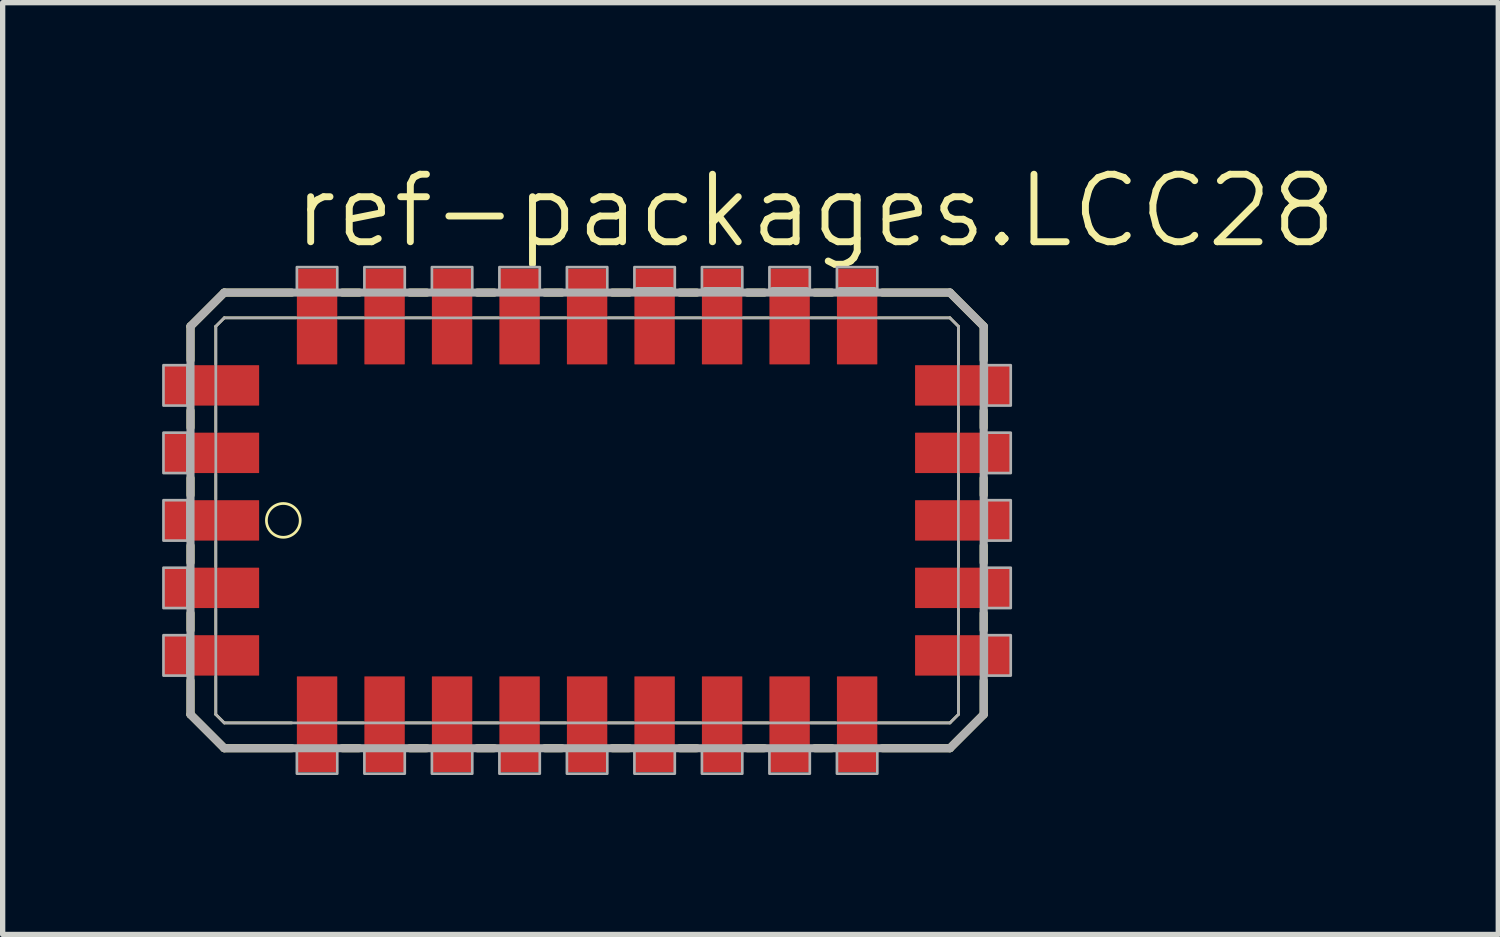
<source format=kicad_pcb>
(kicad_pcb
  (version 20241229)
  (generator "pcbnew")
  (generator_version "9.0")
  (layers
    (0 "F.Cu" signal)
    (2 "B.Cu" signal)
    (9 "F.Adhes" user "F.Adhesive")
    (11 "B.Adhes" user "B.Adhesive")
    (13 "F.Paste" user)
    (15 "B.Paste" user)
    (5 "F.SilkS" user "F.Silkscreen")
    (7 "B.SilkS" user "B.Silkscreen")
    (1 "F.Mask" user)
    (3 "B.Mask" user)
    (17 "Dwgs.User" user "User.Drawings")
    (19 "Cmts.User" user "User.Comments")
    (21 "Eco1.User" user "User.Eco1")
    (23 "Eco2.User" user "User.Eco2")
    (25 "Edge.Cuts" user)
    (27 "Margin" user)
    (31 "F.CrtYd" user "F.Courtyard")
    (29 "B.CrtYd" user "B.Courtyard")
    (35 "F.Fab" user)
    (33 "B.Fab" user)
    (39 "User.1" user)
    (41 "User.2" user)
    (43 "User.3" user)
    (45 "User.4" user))
  (footprint "ref-packages.LCC28"
    (layer "F.Cu")
    (at 7.995 7.375)
    (property "Reference" "ref-packages.LCC28" (at -5.588 -5.715 0) (layer "F.SilkS") (effects (font (size 1.27 1.27) (thickness 0.13)) (justify left bottom)))
    (attr smd)
    (fp_line (start -7.461 -4.286) (end -7.461 -3.651) (stroke (width 0.152) (type default)) (layer "F.SilkS"))
    (fp_line (start -7.461 -2.699) (end -7.461 -2.381) (stroke (width 0.152) (type default)) (layer "F.SilkS"))
    (fp_line (start -7.461 -1.429) (end -7.461 -1.111) (stroke (width 0.152) (type default)) (layer "F.SilkS"))
    (fp_line (start -7.461 -0.159) (end -7.461 0.159) (stroke (width 0.152) (type default)) (layer "F.SilkS"))
    (fp_line (start -7.461 1.111) (end -7.461 1.429) (stroke (width 0.152) (type default)) (layer "F.SilkS"))
    (fp_line (start -7.461 2.381) (end -7.461 3.016) (stroke (width 0.152) (type default)) (layer "F.SilkS"))
    (fp_line (start -7.461 3.016) (end -6.826 3.651) (stroke (width 0.152) (type default)) (layer "F.SilkS"))
    (fp_line (start -6.985 -4.286) (end -6.826 -4.445) (stroke (width 0.051) (type default)) (layer "F.SilkS"))
    (fp_line (start -6.985 -3.572) (end -6.985 -4.286) (stroke (width 0.051) (type default)) (layer "F.SilkS"))
    (fp_line (start -6.985 -2.302) (end -6.985 -2.778) (stroke (width 0.051) (type default)) (layer "F.SilkS"))
    (fp_line (start -6.985 -1.032) (end -6.985 -1.508) (stroke (width 0.051) (type default)) (layer "F.SilkS"))
    (fp_line (start -6.985 0.238) (end -6.985 -0.238) (stroke (width 0.051) (type default)) (layer "F.SilkS"))
    (fp_line (start -6.985 1.508) (end -6.985 1.032) (stroke (width 0.051) (type default)) (layer "F.SilkS"))
    (fp_line (start -6.985 3.016) (end -6.985 2.302) (stroke (width 0.051) (type default)) (layer "F.SilkS"))
    (fp_line (start -6.826 -4.921) (end -7.461 -4.286) (stroke (width 0.152) (type default)) (layer "F.SilkS"))
    (fp_line (start -6.826 -4.445) (end -5.477 -4.445) (stroke (width 0.051) (type default)) (layer "F.SilkS"))
    (fp_line (start -6.826 3.175) (end -6.985 3.016) (stroke (width 0.051) (type default)) (layer "F.SilkS"))
    (fp_line (start -6.826 3.651) (end -5.556 3.651) (stroke (width 0.152) (type default)) (layer "F.SilkS"))
    (fp_line (start -5.556 -4.921) (end -6.826 -4.921) (stroke (width 0.152) (type default)) (layer "F.SilkS"))
    (fp_line (start -5.556 3.175) (end -6.826 3.175) (stroke (width 0.051) (type default)) (layer "F.SilkS"))
    (fp_line (start -4.683 -4.445) (end -4.207 -4.445) (stroke (width 0.051) (type default)) (layer "F.SilkS"))
    (fp_line (start -4.604 3.651) (end -4.286 3.651) (stroke (width 0.152) (type default)) (layer "F.SilkS"))
    (fp_line (start -4.286 -4.921) (end -4.604 -4.921) (stroke (width 0.152) (type default)) (layer "F.SilkS"))
    (fp_line (start -4.207 3.175) (end -4.683 3.175) (stroke (width 0.051) (type default)) (layer "F.SilkS"))
    (fp_line (start -3.413 -4.445) (end -2.937 -4.445) (stroke (width 0.051) (type default)) (layer "F.SilkS"))
    (fp_line (start -3.334 3.651) (end -3.016 3.651) (stroke (width 0.152) (type default)) (layer "F.SilkS"))
    (fp_line (start -3.016 -4.921) (end -3.334 -4.921) (stroke (width 0.152) (type default)) (layer "F.SilkS"))
    (fp_line (start -2.937 3.175) (end -3.413 3.175) (stroke (width 0.051) (type default)) (layer "F.SilkS"))
    (fp_line (start -2.143 -4.445) (end -1.667 -4.445) (stroke (width 0.051) (type default)) (layer "F.SilkS"))
    (fp_line (start -2.064 3.651) (end -1.746 3.651) (stroke (width 0.152) (type default)) (layer "F.SilkS"))
    (fp_line (start -1.746 -4.921) (end -2.064 -4.921) (stroke (width 0.152) (type default)) (layer "F.SilkS"))
    (fp_line (start -1.667 3.175) (end -2.143 3.175) (stroke (width 0.051) (type default)) (layer "F.SilkS"))
    (fp_line (start -0.873 -4.445) (end -0.397 -4.445) (stroke (width 0.051) (type default)) (layer "F.SilkS"))
    (fp_line (start -0.794 3.651) (end -0.476 3.651) (stroke (width 0.152) (type default)) (layer "F.SilkS"))
    (fp_line (start -0.476 -4.921) (end -0.794 -4.921) (stroke (width 0.152) (type default)) (layer "F.SilkS"))
    (fp_line (start -0.397 3.175) (end -0.873 3.175) (stroke (width 0.051) (type default)) (layer "F.SilkS"))
    (fp_line (start 0.397 -4.445) (end 0.873 -4.445) (stroke (width 0.051) (type default)) (layer "F.SilkS"))
    (fp_line (start 0.476 3.651) (end 0.794 3.651) (stroke (width 0.152) (type default)) (layer "F.SilkS"))
    (fp_line (start 0.794 -4.921) (end 0.476 -4.921) (stroke (width 0.152) (type default)) (layer "F.SilkS"))
    (fp_line (start 0.873 3.175) (end 0.397 3.175) (stroke (width 0.051) (type default)) (layer "F.SilkS"))
    (fp_line (start 1.667 -4.445) (end 2.143 -4.445) (stroke (width 0.051) (type default)) (layer "F.SilkS"))
    (fp_line (start 1.746 3.651) (end 2.064 3.651) (stroke (width 0.152) (type default)) (layer "F.SilkS"))
    (fp_line (start 2.064 -4.921) (end 1.746 -4.921) (stroke (width 0.152) (type default)) (layer "F.SilkS"))
    (fp_line (start 2.143 3.175) (end 1.667 3.175) (stroke (width 0.051) (type default)) (layer "F.SilkS"))
    (fp_line (start 2.937 -4.445) (end 3.413 -4.445) (stroke (width 0.051) (type default)) (layer "F.SilkS"))
    (fp_line (start 3.016 3.651) (end 3.334 3.651) (stroke (width 0.152) (type default)) (layer "F.SilkS"))
    (fp_line (start 3.334 -4.921) (end 3.016 -4.921) (stroke (width 0.152) (type default)) (layer "F.SilkS"))
    (fp_line (start 3.413 3.175) (end 2.937 3.175) (stroke (width 0.051) (type default)) (layer "F.SilkS"))
    (fp_line (start 4.207 -4.445) (end 4.683 -4.445) (stroke (width 0.051) (type default)) (layer "F.SilkS"))
    (fp_line (start 4.286 3.651) (end 4.604 3.651) (stroke (width 0.152) (type default)) (layer "F.SilkS"))
    (fp_line (start 4.604 -4.921) (end 4.286 -4.921) (stroke (width 0.152) (type default)) (layer "F.SilkS"))
    (fp_line (start 4.683 3.175) (end 4.207 3.175) (stroke (width 0.051) (type default)) (layer "F.SilkS"))
    (fp_line (start 5.477 -4.445) (end 6.826 -4.445) (stroke (width 0.051) (type default)) (layer "F.SilkS"))
    (fp_line (start 5.556 3.651) (end 6.826 3.651) (stroke (width 0.152) (type default)) (layer "F.SilkS"))
    (fp_line (start 6.826 -4.921) (end 5.556 -4.921) (stroke (width 0.152) (type default)) (layer "F.SilkS"))
    (fp_line (start 6.826 -4.445) (end 6.985 -4.286) (stroke (width 0.051) (type default)) (layer "F.SilkS"))
    (fp_line (start 6.826 3.175) (end 5.477 3.175) (stroke (width 0.051) (type default)) (layer "F.SilkS"))
    (fp_line (start 6.826 3.651) (end 7.461 3.016) (stroke (width 0.152) (type default)) (layer "F.SilkS"))
    (fp_line (start 6.985 -4.286) (end 6.985 -3.572) (stroke (width 0.051) (type default)) (layer "F.SilkS"))
    (fp_line (start 6.985 -2.778) (end 6.985 -2.302) (stroke (width 0.051) (type default)) (layer "F.SilkS"))
    (fp_line (start 6.985 -1.508) (end 6.985 -1.032) (stroke (width 0.051) (type default)) (layer "F.SilkS"))
    (fp_line (start 6.985 -0.238) (end 6.985 0.238) (stroke (width 0.051) (type default)) (layer "F.SilkS"))
    (fp_line (start 6.985 1.032) (end 6.985 1.508) (stroke (width 0.051) (type default)) (layer "F.SilkS"))
    (fp_line (start 6.985 2.302) (end 6.985 3.016) (stroke (width 0.051) (type default)) (layer "F.SilkS"))
    (fp_line (start 6.985 3.016) (end 6.826 3.175) (stroke (width 0.051) (type default)) (layer "F.SilkS"))
    (fp_line (start 7.461 -4.286) (end 6.826 -4.921) (stroke (width 0.152) (type default)) (layer "F.SilkS"))
    (fp_line (start 7.461 -3.651) (end 7.461 -4.286) (stroke (width 0.152) (type default)) (layer "F.SilkS"))
    (fp_line (start 7.461 -2.381) (end 7.461 -2.699) (stroke (width 0.152) (type default)) (layer "F.SilkS"))
    (fp_line (start 7.461 -1.111) (end 7.461 -1.429) (stroke (width 0.152) (type default)) (layer "F.SilkS"))
    (fp_line (start 7.461 0.159) (end 7.461 -0.159) (stroke (width 0.152) (type default)) (layer "F.SilkS"))
    (fp_line (start 7.461 1.429) (end 7.461 1.111) (stroke (width 0.152) (type default)) (layer "F.SilkS"))
    (fp_line (start 7.461 3.016) (end 7.461 2.381) (stroke (width 0.152) (type default)) (layer "F.SilkS"))
    (fp_circle (center -5.715 -0.635) (end -5.397 -0.635) (stroke (width 0.051) (type default)) (fill no) (layer "F.SilkS"))
    (fp_line (start -7.461 -4.286) (end -7.461 3.016) (stroke (width 0.152) (type default)) (layer "F.Fab"))
    (fp_line (start -7.461 3.016) (end -6.826 3.651) (stroke (width 0.152) (type default)) (layer "F.Fab"))
    (fp_line (start -6.985 -4.286) (end -6.826 -4.445) (stroke (width 0.051) (type default)) (layer "F.Fab"))
    (fp_line (start -6.985 3.016) (end -6.985 -4.286) (stroke (width 0.051) (type default)) (layer "F.Fab"))
    (fp_line (start -6.826 -4.921) (end -7.461 -4.286) (stroke (width 0.152) (type default)) (layer "F.Fab"))
    (fp_line (start -6.826 -4.445) (end 6.826 -4.445) (stroke (width 0.051) (type default)) (layer "F.Fab"))
    (fp_line (start -6.826 3.175) (end -6.985 3.016) (stroke (width 0.051) (type default)) (layer "F.Fab"))
    (fp_line (start -6.826 3.651) (end 6.826 3.651) (stroke (width 0.152) (type default)) (layer "F.Fab"))
    (fp_line (start 0.95 -4.95) (end 1.59 -4.95) (stroke (width 0.152) (type default)) (layer "F.Fab"))
    (fp_line (start 2.22 -4.95) (end 2.86 -4.95) (stroke (width 0.152) (type default)) (layer "F.Fab"))
    (fp_line (start 3.49 -4.95) (end 4.13 -4.95) (stroke (width 0.152) (type default)) (layer "F.Fab"))
    (fp_line (start 4.76 -4.95) (end 5.4 -4.95) (stroke (width 0.152) (type default)) (layer "F.Fab"))
    (fp_line (start 6.826 -4.921) (end -6.826 -4.921) (stroke (width 0.152) (type default)) (layer "F.Fab"))
    (fp_line (start 6.826 -4.445) (end 6.985 -4.286) (stroke (width 0.051) (type default)) (layer "F.Fab"))
    (fp_line (start 6.826 3.175) (end -6.826 3.175) (stroke (width 0.051) (type default)) (layer "F.Fab"))
    (fp_line (start 6.826 3.651) (end 7.461 3.016) (stroke (width 0.152) (type default)) (layer "F.Fab"))
    (fp_line (start 6.985 -4.286) (end 6.985 3.016) (stroke (width 0.051) (type default)) (layer "F.Fab"))
    (fp_line (start 6.985 3.016) (end 6.826 3.175) (stroke (width 0.051) (type default)) (layer "F.Fab"))
    (fp_line (start 7.461 -4.286) (end 6.826 -4.921) (stroke (width 0.152) (type default)) (layer "F.Fab"))
    (fp_line (start 7.461 3.016) (end 7.461 -4.286) (stroke (width 0.152) (type default)) (layer "F.Fab"))
    (fp_rect (start -7.97 -2.795) (end -7.52 -3.555) (stroke (width 0.05) (type default)) (fill no) (layer "F.Fab"))
    (fp_rect (start -7.97 -1.525) (end -7.52 -2.285) (stroke (width 0.05) (type default)) (fill no) (layer "F.Fab"))
    (fp_rect (start -7.97 -0.255) (end -7.52 -1.015) (stroke (width 0.05) (type default)) (fill no) (layer "F.Fab"))
    (fp_rect (start -7.97 1.015) (end -7.52 0.255) (stroke (width 0.05) (type default)) (fill no) (layer "F.Fab"))
    (fp_rect (start -7.97 2.285) (end -7.52 1.525) (stroke (width 0.05) (type default)) (fill no) (layer "F.Fab"))
    (fp_rect (start -5.46 -4.95) (end -4.7 -5.4) (stroke (width 0.05) (type default)) (fill no) (layer "F.Fab"))
    (fp_rect (start -5.46 4.13) (end -4.7 3.68) (stroke (width 0.05) (type default)) (fill no) (layer "F.Fab"))
    (fp_rect (start -4.19 -4.95) (end -3.43 -5.4) (stroke (width 0.05) (type default)) (fill no) (layer "F.Fab"))
    (fp_rect (start -4.19 4.13) (end -3.43 3.68) (stroke (width 0.05) (type default)) (fill no) (layer "F.Fab"))
    (fp_rect (start -2.92 -4.95) (end -2.16 -5.4) (stroke (width 0.05) (type default)) (fill no) (layer "F.Fab"))
    (fp_rect (start -2.92 4.13) (end -2.16 3.68) (stroke (width 0.05) (type default)) (fill no) (layer "F.Fab"))
    (fp_rect (start -1.65 -4.95) (end -0.89 -5.4) (stroke (width 0.05) (type default)) (fill no) (layer "F.Fab"))
    (fp_rect (start -1.65 4.13) (end -0.89 3.68) (stroke (width 0.05) (type default)) (fill no) (layer "F.Fab"))
    (fp_rect (start -0.38 -4.95) (end 0.38 -5.4) (stroke (width 0.05) (type default)) (fill no) (layer "F.Fab"))
    (fp_rect (start -0.38 4.13) (end 0.38 3.68) (stroke (width 0.05) (type default)) (fill no) (layer "F.Fab"))
    (fp_rect (start 0.89 -4.95) (end 1.65 -5.4) (stroke (width 0.05) (type default)) (fill no) (layer "F.Fab"))
    (fp_rect (start 0.89 4.13) (end 1.65 3.68) (stroke (width 0.05) (type default)) (fill no) (layer "F.Fab"))
    (fp_rect (start 2.16 -4.95) (end 2.92 -5.4) (stroke (width 0.05) (type default)) (fill no) (layer "F.Fab"))
    (fp_rect (start 2.16 4.13) (end 2.92 3.68) (stroke (width 0.05) (type default)) (fill no) (layer "F.Fab"))
    (fp_rect (start 3.43 -4.95) (end 4.19 -5.4) (stroke (width 0.05) (type default)) (fill no) (layer "F.Fab"))
    (fp_rect (start 3.43 4.13) (end 4.19 3.68) (stroke (width 0.05) (type default)) (fill no) (layer "F.Fab"))
    (fp_rect (start 4.7 -4.95) (end 5.46 -5.4) (stroke (width 0.05) (type default)) (fill no) (layer "F.Fab"))
    (fp_rect (start 4.7 4.13) (end 5.46 3.68) (stroke (width 0.05) (type default)) (fill no) (layer "F.Fab"))
    (fp_rect (start 7.52 -2.795) (end 7.97 -3.555) (stroke (width 0.05) (type default)) (fill no) (layer "F.Fab"))
    (fp_rect (start 7.52 -1.525) (end 7.97 -2.285) (stroke (width 0.05) (type default)) (fill no) (layer "F.Fab"))
    (fp_rect (start 7.52 -0.255) (end 7.97 -1.015) (stroke (width 0.05) (type default)) (fill no) (layer "F.Fab"))
    (fp_rect (start 7.52 1.015) (end 7.97 0.255) (stroke (width 0.05) (type default)) (fill no) (layer "F.Fab"))
    (fp_rect (start 7.52 2.285) (end 7.97 1.525) (stroke (width 0.05) (type default)) (fill no) (layer "F.Fab"))
    (pad "1" smd roundrect (at -7.07 -0.635) (size 1.8 0.76) (layers "F.Cu" "F.Mask" "F.Paste") (roundrect_rratio 0.01))
    (pad "2" smd roundrect (at -7.07 0.635) (size 1.8 0.76) (layers "F.Cu" "F.Mask" "F.Paste") (roundrect_rratio 0.01))
    (pad "3" smd roundrect (at -7.07 1.905) (size 1.8 0.76) (layers "F.Cu" "F.Mask" "F.Paste") (roundrect_rratio 0.01))
    (pad "4" smd roundrect (at -5.08 3.2) (size 0.76 1.8) (layers "F.Cu" "F.Mask" "F.Paste") (roundrect_rratio 0.01))
    (pad "5" smd roundrect (at -3.81 3.2) (size 0.76 1.8) (layers "F.Cu" "F.Mask" "F.Paste") (roundrect_rratio 0.01))
    (pad "6" smd roundrect (at -2.54 3.2) (size 0.76 1.8) (layers "F.Cu" "F.Mask" "F.Paste") (roundrect_rratio 0.01))
    (pad "7" smd roundrect (at -1.27 3.2) (size 0.76 1.8) (layers "F.Cu" "F.Mask" "F.Paste") (roundrect_rratio 0.01))
    (pad "8" smd roundrect (at 0 3.2) (size 0.76 1.8) (layers "F.Cu" "F.Mask" "F.Paste") (roundrect_rratio 0.01))
    (pad "9" smd roundrect (at 1.27 3.2) (size 0.76 1.8) (layers "F.Cu" "F.Mask" "F.Paste") (roundrect_rratio 0.01))
    (pad "10" smd roundrect (at 2.54 3.2) (size 0.76 1.8) (layers "F.Cu" "F.Mask" "F.Paste") (roundrect_rratio 0.01))
    (pad "11" smd roundrect (at 3.81 3.2) (size 0.76 1.8) (layers "F.Cu" "F.Mask" "F.Paste") (roundrect_rratio 0.01))
    (pad "12" smd roundrect (at 5.08 3.2) (size 0.76 1.8) (layers "F.Cu" "F.Mask" "F.Paste") (roundrect_rratio 0.01))
    (pad "13" smd roundrect (at 7.07 1.905) (size 1.8 0.76) (layers "F.Cu" "F.Mask" "F.Paste") (roundrect_rratio 0.01))
    (pad "14" smd roundrect (at 7.07 0.635) (size 1.8 0.76) (layers "F.Cu" "F.Mask" "F.Paste") (roundrect_rratio 0.01))
    (pad "15" smd roundrect (at 7.07 -0.635) (size 1.8 0.76) (layers "F.Cu" "F.Mask" "F.Paste") (roundrect_rratio 0.01))
    (pad "16" smd roundrect (at 7.07 -1.905) (size 1.8 0.76) (layers "F.Cu" "F.Mask" "F.Paste") (roundrect_rratio 0.01))
    (pad "17" smd roundrect (at 7.07 -3.175) (size 1.8 0.76) (layers "F.Cu" "F.Mask" "F.Paste") (roundrect_rratio 0.01))
    (pad "18" smd roundrect (at 5.08 -4.47) (size 0.76 1.8) (layers "F.Cu" "F.Mask" "F.Paste") (roundrect_rratio 0.01))
    (pad "19" smd roundrect (at 3.81 -4.47) (size 0.76 1.8) (layers "F.Cu" "F.Mask" "F.Paste") (roundrect_rratio 0.01))
    (pad "20" smd roundrect (at 2.54 -4.47) (size 0.76 1.8) (layers "F.Cu" "F.Mask" "F.Paste") (roundrect_rratio 0.01))
    (pad "21" smd roundrect (at 1.27 -4.47) (size 0.76 1.8) (layers "F.Cu" "F.Mask" "F.Paste") (roundrect_rratio 0.01))
    (pad "22" smd roundrect (at 0 -4.47) (size 0.76 1.8) (layers "F.Cu" "F.Mask" "F.Paste") (roundrect_rratio 0.01))
    (pad "23" smd roundrect (at -1.27 -4.47) (size 0.76 1.8) (layers "F.Cu" "F.Mask" "F.Paste") (roundrect_rratio 0.01))
    (pad "24" smd roundrect (at -2.54 -4.47) (size 0.76 1.8) (layers "F.Cu" "F.Mask" "F.Paste") (roundrect_rratio 0.01))
    (pad "25" smd roundrect (at -3.81 -4.47) (size 0.76 1.8) (layers "F.Cu" "F.Mask" "F.Paste") (roundrect_rratio 0.01))
    (pad "26" smd roundrect (at -5.08 -4.47) (size 0.76 1.8) (layers "F.Cu" "F.Mask" "F.Paste") (roundrect_rratio 0.01))
    (pad "27" smd roundrect (at -7.07 -3.175) (size 1.8 0.76) (layers "F.Cu" "F.Mask" "F.Paste") (roundrect_rratio 0.01))
    (pad "28" smd roundrect (at -7.07 -1.905) (size 1.8 0.76) (layers "F.Cu" "F.Mask" "F.Paste") (roundrect_rratio 0.01)))
  (gr_rect
    (start -3 -3)
    (end 25.137 14.53)
    (stroke (width 0.1) (type default))
    (fill no)
    (layer "Edge.Cuts")))
</source>
